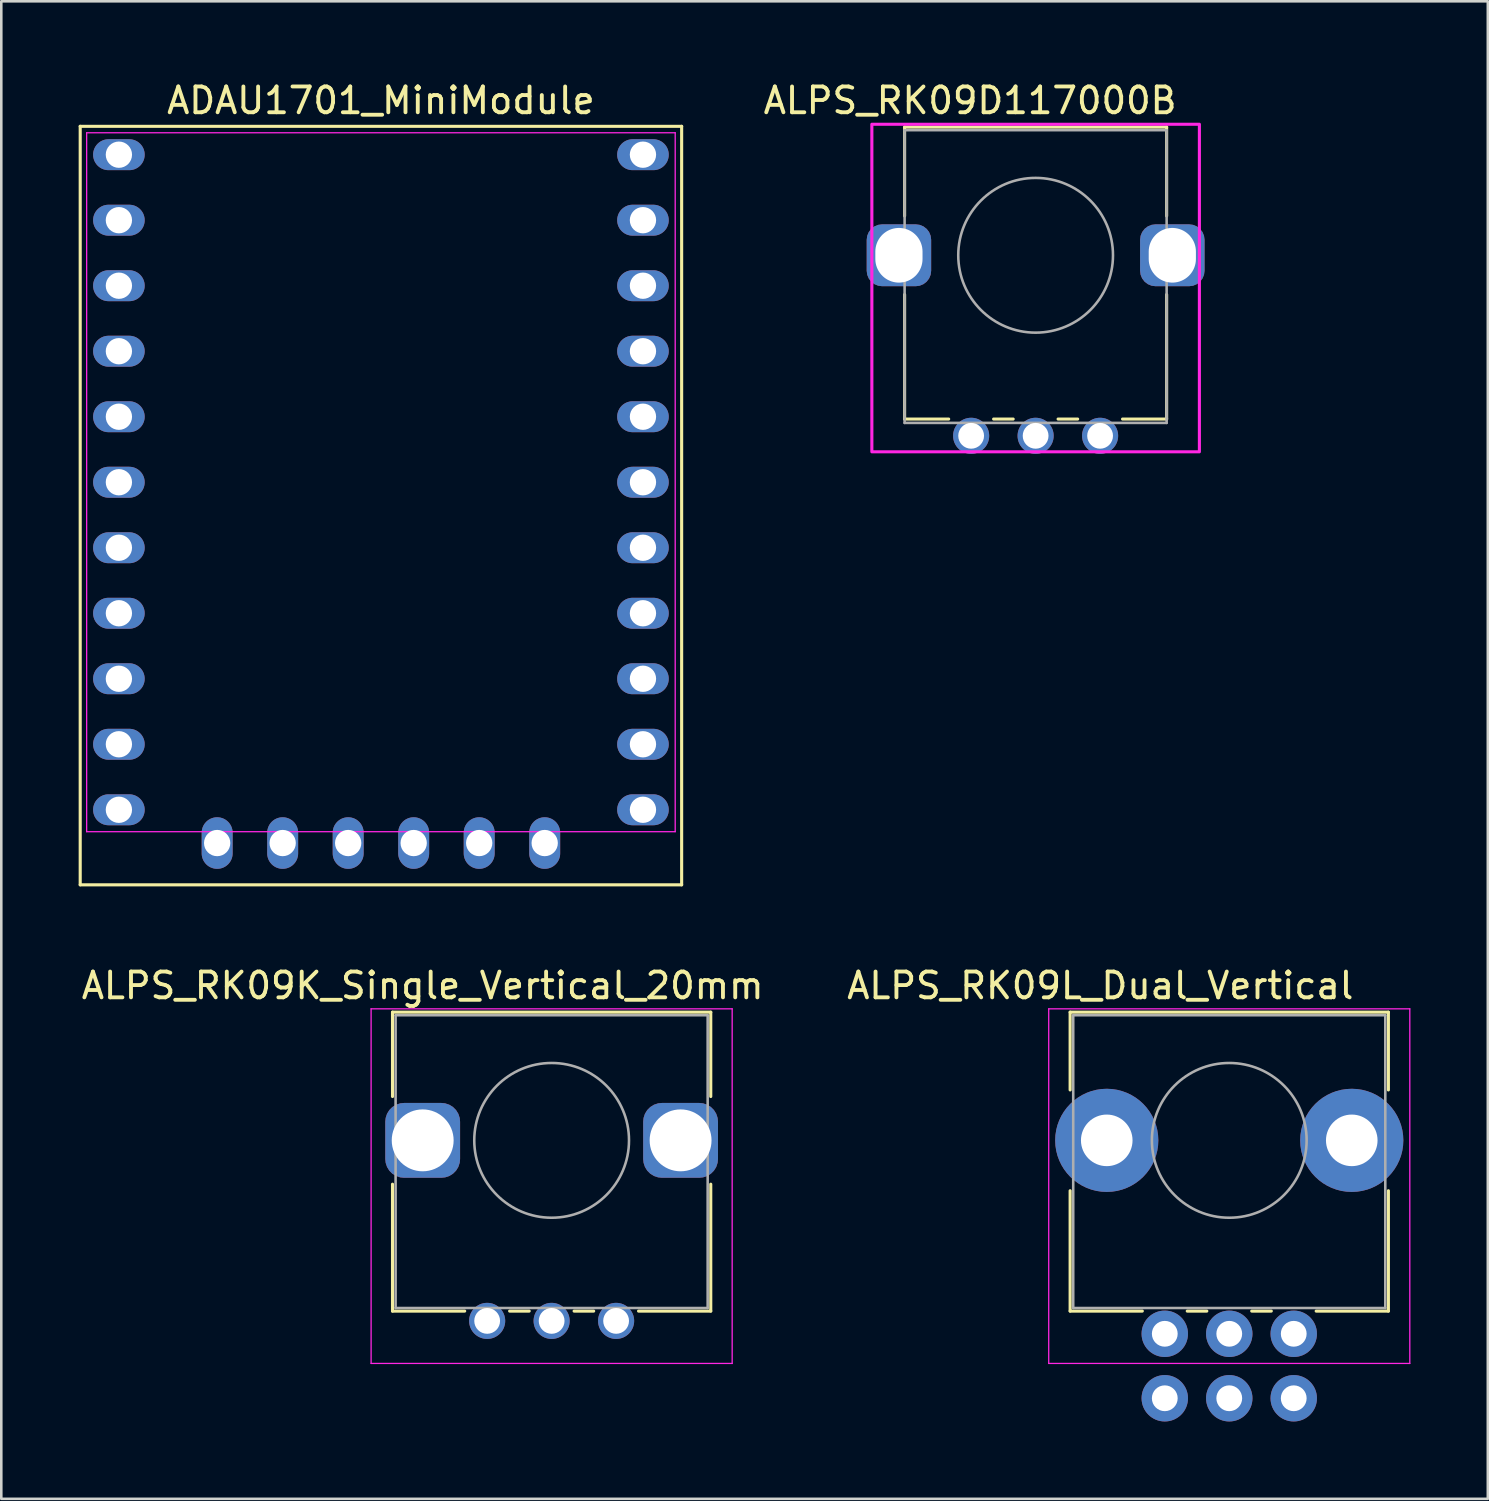
<source format=kicad_pcb>
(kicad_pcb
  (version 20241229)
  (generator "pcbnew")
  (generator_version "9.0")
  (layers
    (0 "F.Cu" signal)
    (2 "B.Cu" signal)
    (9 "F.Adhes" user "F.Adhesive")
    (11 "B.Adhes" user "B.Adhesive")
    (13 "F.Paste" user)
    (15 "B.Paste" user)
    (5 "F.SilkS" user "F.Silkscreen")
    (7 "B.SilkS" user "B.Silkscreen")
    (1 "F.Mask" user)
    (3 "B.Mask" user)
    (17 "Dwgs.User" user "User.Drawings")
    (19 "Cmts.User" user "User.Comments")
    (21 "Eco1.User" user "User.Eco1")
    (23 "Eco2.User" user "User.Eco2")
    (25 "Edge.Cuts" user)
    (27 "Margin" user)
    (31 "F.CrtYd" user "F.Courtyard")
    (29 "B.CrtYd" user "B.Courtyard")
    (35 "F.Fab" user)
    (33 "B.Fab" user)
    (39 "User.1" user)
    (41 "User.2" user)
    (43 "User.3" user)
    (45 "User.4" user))
  (footprint "ALPS_RK09K_Single_Vertical_20mm"
    (layer "F.Cu")
    (at 18.339 41.166)
    (property "Reference" "ALPS_RK09K_Single_Vertical_20mm" (at -5 -6 180) (layer "F.SilkS") (effects (font (size 1 1) (thickness 0.15))))
    (attr through_hole)
    (fp_line (start -6.17 -4.97) (end 6.17 -4.97) (stroke (width 0.12) (type solid)) (layer "F.SilkS"))
    (fp_line (start -6.17 -1.7) (end -6.17 -4.97) (stroke (width 0.12) (type solid)) (layer "F.SilkS"))
    (fp_line (start -6.17 6.62) (end -6.17 1.7) (stroke (width 0.12) (type solid)) (layer "F.SilkS"))
    (fp_line (start -6.17 6.62) (end -3.371 6.62) (stroke (width 0.12) (type solid)) (layer "F.SilkS"))
    (fp_line (start -1.629 6.62) (end -0.87 6.62) (stroke (width 0.12) (type solid)) (layer "F.SilkS"))
    (fp_line (start 0.871 6.62) (end 1.63 6.62) (stroke (width 0.12) (type solid)) (layer "F.SilkS"))
    (fp_line (start 3.37 6.62) (end 6.17 6.62) (stroke (width 0.12) (type solid)) (layer "F.SilkS"))
    (fp_line (start 6.17 -1.7) (end 6.17 -4.97) (stroke (width 0.12) (type solid)) (layer "F.SilkS"))
    (fp_line (start 6.17 6.62) (end 6.17 1.7) (stroke (width 0.12) (type solid)) (layer "F.SilkS"))
    (fp_line (start -7 -5.1) (end -7 8.65) (stroke (width 0.05) (type solid)) (layer "F.CrtYd"))
    (fp_line (start -7 8.65) (end 7 8.65) (stroke (width 0.05) (type solid)) (layer "F.CrtYd"))
    (fp_line (start 7 -5.1) (end -7 -5.1) (stroke (width 0.05) (type solid)) (layer "F.CrtYd"))
    (fp_line (start 7 8.65) (end 7 -5.1) (stroke (width 0.05) (type solid)) (layer "F.CrtYd"))
    (fp_line (start -6.05 -4.85) (end -6.05 6.5) (stroke (width 0.1) (type solid)) (layer "F.Fab"))
    (fp_line (start -6.05 6.5) (end 6.05 6.5) (stroke (width 0.1) (type solid)) (layer "F.Fab"))
    (fp_line (start 6.05 -4.85) (end -6.05 -4.85) (stroke (width 0.1) (type solid)) (layer "F.Fab"))
    (fp_line (start 6.05 6.5) (end 6.05 -4.85) (stroke (width 0.1) (type solid)) (layer "F.Fab"))
    (fp_circle (center 0 0) (end 0 -3) (stroke (width 0.1) (type solid)) (fill no) (layer "F.Fab"))
    (pad "" thru_hole roundrect (at -5 0 90) (size 2.9 2.9) (drill 2.4) (layers "*.Cu" "*.Mask") (roundrect_rratio 0.25))
    (pad "" thru_hole roundrect (at 5 0 90) (size 2.9 2.9) (drill 2.4) (layers "*.Cu" "*.Mask") (roundrect_rratio 0.25))
    (pad "1" thru_hole circle (at -2.5 7 90) (size 1.4 1.4) (drill 1) (layers "*.Cu" "*.Mask"))
    (pad "2" thru_hole circle (at 0 7 90) (size 1.4 1.4) (drill 1) (layers "*.Cu" "*.Mask"))
    (pad "3" thru_hole circle (at 2.5 7 90) (size 1.4 1.4) (drill 1) (layers "*.Cu" "*.Mask")))
  (footprint "ALPS_RK09D117000B"
    (layer "F.Cu")
    (at 37.105 6.848)
    (property "Reference" "ALPS_RK09D117000B" (at -2.54 -6 180) (layer "F.SilkS") (effects (font (size 1 1) (thickness 0.15))))
    (attr through_hole)
    (fp_line (start -5.08 -4.97) (end 5.08 -4.97) (stroke (width 0.12) (type solid)) (layer "F.SilkS"))
    (fp_line (start -5.08 -1.524) (end -5.08 -4.97) (stroke (width 0.12) (type solid)) (layer "F.SilkS"))
    (fp_line (start -5.08 6.35) (end -5.08 1.524) (stroke (width 0.12) (type solid)) (layer "F.SilkS"))
    (fp_line (start -5.08 6.35) (end -3.371 6.35) (stroke (width 0.12) (type solid)) (layer "F.SilkS"))
    (fp_line (start -1.629 6.35) (end -0.87 6.35) (stroke (width 0.12) (type solid)) (layer "F.SilkS"))
    (fp_line (start 0.871 6.35) (end 1.63 6.35) (stroke (width 0.12) (type solid)) (layer "F.SilkS"))
    (fp_line (start 3.37 6.35) (end 5.08 6.35) (stroke (width 0.12) (type solid)) (layer "F.SilkS"))
    (fp_line (start 5.08 -1.524) (end 5.08 -4.97) (stroke (width 0.12) (type solid)) (layer "F.SilkS"))
    (fp_line (start 5.08 6.35) (end 5.08 1.524) (stroke (width 0.12) (type solid)) (layer "F.SilkS"))
    (fp_rect (start -6.35 -5.08) (end 6.35 7.62) (stroke (width 0.12) (type solid)) (fill no) (layer "F.CrtYd"))
    (fp_line (start -5.08 -4.85) (end -5.08 6.5) (stroke (width 0.1) (type solid)) (layer "F.Fab"))
    (fp_line (start -5.08 6.5) (end 5.08 6.5) (stroke (width 0.1) (type solid)) (layer "F.Fab"))
    (fp_line (start 5.08 -4.85) (end -5.08 -4.85) (stroke (width 0.1) (type solid)) (layer "F.Fab"))
    (fp_line (start 5.08 6.5) (end 5.08 -4.85) (stroke (width 0.1) (type solid)) (layer "F.Fab"))
    (fp_circle (center 0 0) (end 0 -3) (stroke (width 0.1) (type solid)) (fill no) (layer "F.Fab"))
    (pad "" thru_hole roundrect (at -5.3 0 90) (size 2.4 2.5) (drill oval 2.12 1.83) (layers "*.Cu" "*.Mask") (roundrect_rratio 0.25))
    (pad "" thru_hole roundrect (at 5.3 0 90) (size 2.4 2.5) (drill oval 2.12 1.83) (layers "*.Cu" "*.Mask") (roundrect_rratio 0.25))
    (pad "1" thru_hole circle (at -2.5 7 90) (size 1.4 1.4) (drill 1) (layers "*.Cu" "*.Mask"))
    (pad "2" thru_hole circle (at 0 7 90) (size 1.4 1.4) (drill 1) (layers "*.Cu" "*.Mask"))
    (pad "3" thru_hole circle (at 2.5 7 90) (size 1.4 1.4) (drill 1) (layers "*.Cu" "*.Mask")))
  (footprint "ADAU1701_MiniModule"
    (layer "F.Cu")
    (at 12.62 14.748)
    (property "Reference" "ADAU1701_MiniModule" (at -0.9 -13.9 0) (layer "F.SilkS") (effects (font (size 1 1) (thickness 0.15))))
    (attr through_hole)
    (fp_line (start -12.56 -12.9) (end -12.56 16.51) (stroke (width 0.12) (type solid)) (layer "F.SilkS"))
    (fp_line (start -12.56 16.51) (end 10.76 16.51) (stroke (width 0.12) (type solid)) (layer "F.SilkS"))
    (fp_line (start 10.76 -12.9) (end -12.56 -12.9) (stroke (width 0.12) (type solid)) (layer "F.SilkS"))
    (fp_line (start 10.76 16.51) (end 10.76 -12.9) (stroke (width 0.12) (type solid)) (layer "F.SilkS"))
    (fp_line (start -12.31 -12.65) (end 10.51 -12.65) (stroke (width 0.05) (type solid)) (layer "F.CrtYd"))
    (fp_line (start -12.31 14.45) (end -12.31 -12.65) (stroke (width 0.05) (type solid)) (layer "F.CrtYd"))
    (fp_line (start 10.51 -12.65) (end 10.51 14.45) (stroke (width 0.05) (type solid)) (layer "F.CrtYd"))
    (fp_line (start 10.51 14.45) (end -12.31 14.45) (stroke (width 0.05) (type solid)) (layer "F.CrtYd"))
    (pad "1" thru_hole oval (at -11.06 -11.8 270) (size 1.2 2) (drill 1.02) (layers "*.Cu" "*.Mask"))
    (pad "2" thru_hole oval (at -11.06 -9.26 270) (size 1.2 2) (drill 1.02) (layers "*.Cu" "*.Mask"))
    (pad "3" thru_hole oval (at -11.06 -6.72 270) (size 1.2 2) (drill 1.02) (layers "*.Cu" "*.Mask"))
    (pad "4" thru_hole oval (at -11.06 -4.18 270) (size 1.2 2) (drill 1.02) (layers "*.Cu" "*.Mask"))
    (pad "5" thru_hole oval (at -11.06 -1.64 270) (size 1.2 2) (drill 1.02) (layers "*.Cu" "*.Mask"))
    (pad "6" thru_hole oval (at -11.06 0.9 270) (size 1.2 2) (drill 1.02) (layers "*.Cu" "*.Mask"))
    (pad "7" thru_hole oval (at -11.06 3.44 270) (size 1.2 2) (drill 1.02) (layers "*.Cu" "*.Mask"))
    (pad "8" thru_hole oval (at -11.06 5.98 270) (size 1.2 2) (drill 1.02) (layers "*.Cu" "*.Mask"))
    (pad "9" thru_hole oval (at -11.06 8.52 270) (size 1.2 2) (drill 1.02) (layers "*.Cu" "*.Mask"))
    (pad "10" thru_hole oval (at -11.06 11.06 270) (size 1.2 2) (drill 1.02) (layers "*.Cu" "*.Mask"))
    (pad "11" thru_hole oval (at -11.06 13.6 270) (size 1.2 2) (drill 1.02) (layers "*.Cu" "*.Mask"))
    (pad "12" thru_hole oval (at -7.25 14.89) (size 1.2 2) (drill 1.02) (layers "*.Cu" "*.Mask"))
    (pad "13" thru_hole oval (at -4.71 14.89) (size 1.2 2) (drill 1.02) (layers "*.Cu" "*.Mask"))
    (pad "14" thru_hole oval (at -2.17 14.89) (size 1.2 2) (drill 1.02) (layers "*.Cu" "*.Mask"))
    (pad "15" thru_hole oval (at 0.37 14.89) (size 1.2 2) (drill 1.02) (layers "*.Cu" "*.Mask"))
    (pad "16" thru_hole oval (at 2.91 14.89) (size 1.2 2) (drill 1.02) (layers "*.Cu" "*.Mask"))
    (pad "17" thru_hole oval (at 5.45 14.89) (size 1.2 2) (drill 1.02) (layers "*.Cu" "*.Mask"))
    (pad "18" thru_hole oval (at 9.26 13.6 270) (size 1.2 2) (drill 1.02) (layers "*.Cu" "*.Mask"))
    (pad "19" thru_hole oval (at 9.26 11.06 270) (size 1.2 2) (drill 1.02) (layers "*.Cu" "*.Mask"))
    (pad "20" thru_hole oval (at 9.26 8.52 270) (size 1.2 2) (drill 1.02) (layers "*.Cu" "*.Mask"))
    (pad "21" thru_hole oval (at 9.26 5.98 270) (size 1.2 2) (drill 1.02) (layers "*.Cu" "*.Mask"))
    (pad "22" thru_hole oval (at 9.26 3.44 270) (size 1.2 2) (drill 1.02) (layers "*.Cu" "*.Mask"))
    (pad "23" thru_hole oval (at 9.26 0.9 270) (size 1.2 2) (drill 1.02) (layers "*.Cu" "*.Mask"))
    (pad "24" thru_hole oval (at 9.26 -1.64 270) (size 1.2 2) (drill 1.02) (layers "*.Cu" "*.Mask"))
    (pad "25" thru_hole oval (at 9.26 -4.18 270) (size 1.2 2) (drill 1.02) (layers "*.Cu" "*.Mask"))
    (pad "26" thru_hole oval (at 9.26 -6.72 270) (size 1.2 2) (drill 1.02) (layers "*.Cu" "*.Mask"))
    (pad "27" thru_hole oval (at 9.26 -9.26 270) (size 1.2 2) (drill 1.02) (layers "*.Cu" "*.Mask"))
    (pad "28" thru_hole oval (at 9.26 -11.8 270) (size 1.2 2) (drill 1.02) (layers "*.Cu" "*.Mask")))
  (footprint "ALPS_RK09L_Dual_Vertical"
    (layer "F.Cu")
    (at 44.613 41.166)
    (property "Reference" "ALPS_RK09L_Dual_Vertical" (at -5 -6 180) (layer "F.SilkS") (effects (font (size 1 1) (thickness 0.15))))
    (attr through_hole)
    (fp_line (start -6.17 -4.97) (end 6.17 -4.97) (stroke (width 0.12) (type solid)) (layer "F.SilkS"))
    (fp_line (start -6.17 -1.955) (end -6.17 -4.97) (stroke (width 0.12) (type solid)) (layer "F.SilkS"))
    (fp_line (start -6.17 6.62) (end -6.17 1.954) (stroke (width 0.12) (type solid)) (layer "F.SilkS"))
    (fp_line (start -6.17 6.62) (end -3.371 6.62) (stroke (width 0.12) (type solid)) (layer "F.SilkS"))
    (fp_line (start -1.629 6.62) (end -0.87 6.62) (stroke (width 0.12) (type solid)) (layer "F.SilkS"))
    (fp_line (start 0.871 6.62) (end 1.63 6.62) (stroke (width 0.12) (type solid)) (layer "F.SilkS"))
    (fp_line (start 3.37 6.62) (end 6.17 6.62) (stroke (width 0.12) (type solid)) (layer "F.SilkS"))
    (fp_line (start 6.17 -1.955) (end 6.17 -4.97) (stroke (width 0.12) (type solid)) (layer "F.SilkS"))
    (fp_line (start 6.17 6.62) (end 6.17 1.954) (stroke (width 0.12) (type solid)) (layer "F.SilkS"))
    (fp_line (start -7 -5.1) (end -7 8.65) (stroke (width 0.05) (type solid)) (layer "F.CrtYd"))
    (fp_line (start -7 8.65) (end 7 8.65) (stroke (width 0.05) (type solid)) (layer "F.CrtYd"))
    (fp_line (start 7 -5.1) (end -7 -5.1) (stroke (width 0.05) (type solid)) (layer "F.CrtYd"))
    (fp_line (start 7 8.65) (end 7 -5.1) (stroke (width 0.05) (type solid)) (layer "F.CrtYd"))
    (fp_line (start -6.05 -4.85) (end -6.05 6.5) (stroke (width 0.1) (type solid)) (layer "F.Fab"))
    (fp_line (start -6.05 6.5) (end 6.05 6.5) (stroke (width 0.1) (type solid)) (layer "F.Fab"))
    (fp_line (start 6.05 -4.85) (end -6.05 -4.85) (stroke (width 0.1) (type solid)) (layer "F.Fab"))
    (fp_line (start 6.05 6.5) (end 6.05 -4.85) (stroke (width 0.1) (type solid)) (layer "F.Fab"))
    (fp_circle (center 0 0) (end 0 -3) (stroke (width 0.1) (type solid)) (fill no) (layer "F.Fab"))
    (pad "" np_thru_hole circle (at -4.75 0 90) (size 4 4) (drill 2) (layers "*.Cu" "*.Mask"))
    (pad "" np_thru_hole circle (at 4.75 0 90) (size 4 4) (drill 2) (layers "*.Cu" "*.Mask"))
    (pad "1" thru_hole circle (at -2.5 7.5 90) (size 1.8 1.8) (drill 1) (layers "*.Cu" "*.Mask"))
    (pad "2" thru_hole circle (at 0 7.5 90) (size 1.8 1.8) (drill 1) (layers "*.Cu" "*.Mask"))
    (pad "3" thru_hole circle (at 2.5 7.5 90) (size 1.8 1.8) (drill 1) (layers "*.Cu" "*.Mask"))
    (pad "4" thru_hole circle (at -2.5 10) (size 1.8 1.8) (drill 1) (layers "*.Cu" "*.Mask"))
    (pad "5" thru_hole circle (at 0 10) (size 1.8 1.8) (drill 1) (layers "*.Cu" "*.Mask"))
    (pad "6" thru_hole circle (at 2.5 10) (size 1.8 1.8) (drill 1) (layers "*.Cu" "*.Mask")))
  (gr_rect
    (start -3 -3)
    (end 54.638 55.066)
    (stroke (width 0.1) (type default))
    (fill no)
    (layer "Edge.Cuts")))
</source>
